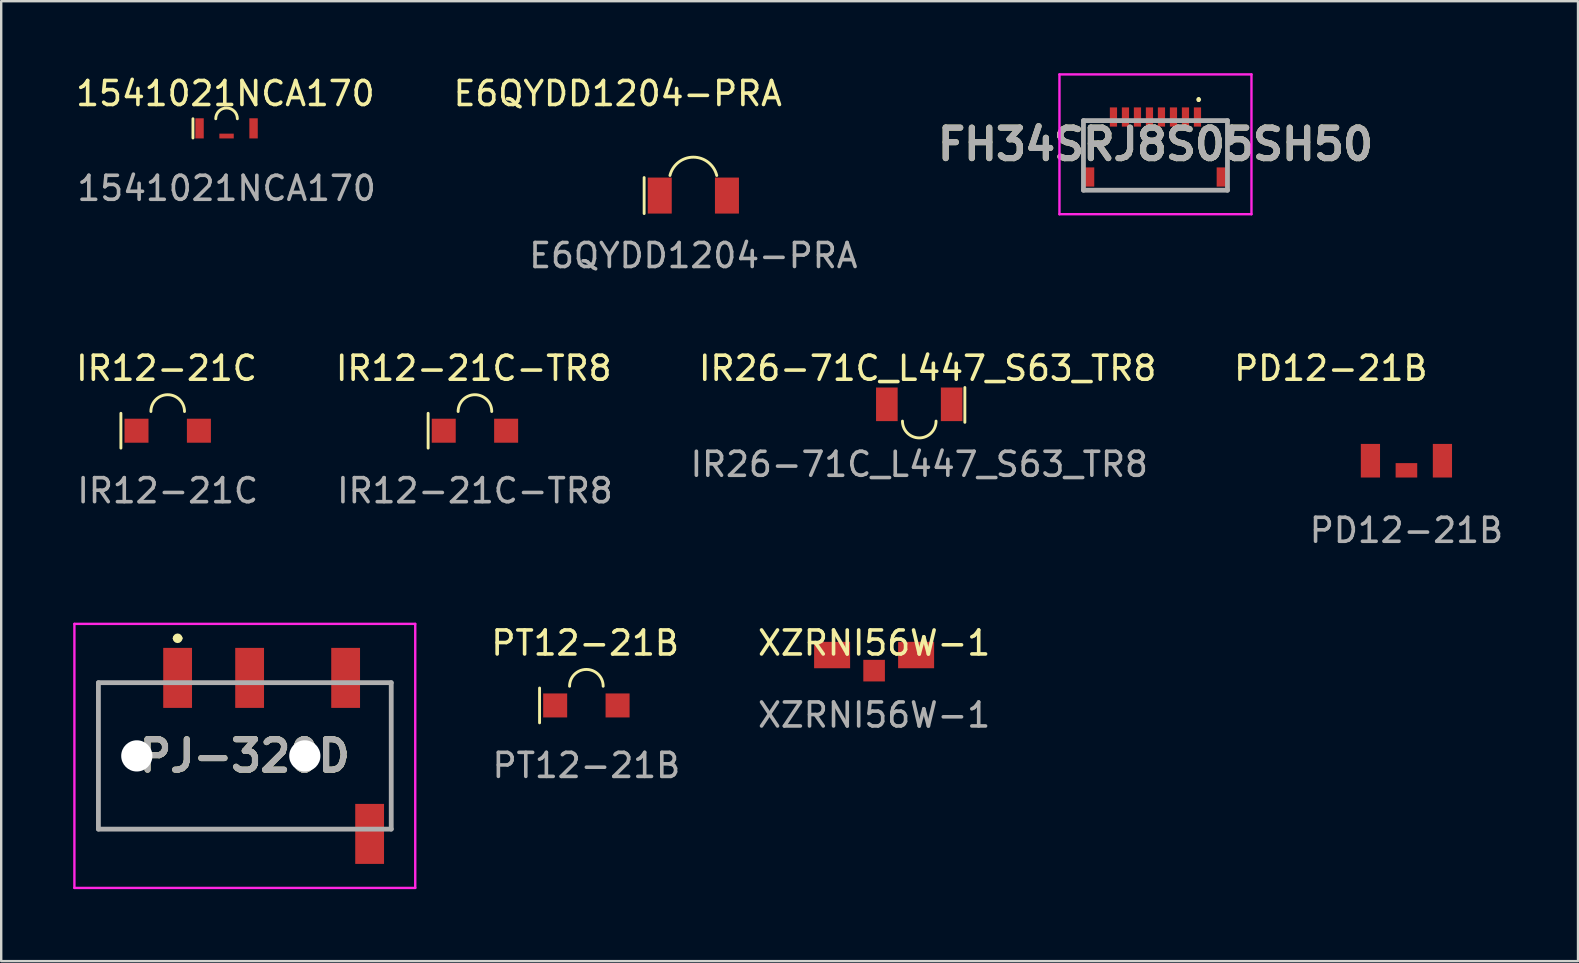
<source format=kicad_pcb>
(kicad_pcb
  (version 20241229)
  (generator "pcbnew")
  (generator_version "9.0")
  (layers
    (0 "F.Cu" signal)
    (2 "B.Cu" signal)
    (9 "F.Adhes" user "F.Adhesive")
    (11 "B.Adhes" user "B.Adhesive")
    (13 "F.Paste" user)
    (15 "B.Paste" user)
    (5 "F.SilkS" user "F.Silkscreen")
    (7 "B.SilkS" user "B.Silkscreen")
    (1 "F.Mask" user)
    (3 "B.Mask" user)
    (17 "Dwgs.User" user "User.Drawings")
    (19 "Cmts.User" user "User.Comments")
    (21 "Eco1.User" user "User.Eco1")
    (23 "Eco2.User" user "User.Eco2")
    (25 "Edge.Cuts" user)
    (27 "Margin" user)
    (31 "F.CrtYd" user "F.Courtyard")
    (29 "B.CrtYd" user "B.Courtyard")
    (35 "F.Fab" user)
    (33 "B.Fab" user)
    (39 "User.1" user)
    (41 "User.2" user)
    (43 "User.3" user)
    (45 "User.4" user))
  (footprint "FH34SRJ8S05SH50"
    (layer "F.Cu")
    (at 45.09 3.35)
    (property "Reference" "FH34SRJ8S05SH50" (at 0 -0.387 0) (layer "F.SilkS") (effects (font (size 1.27 1.27) (thickness 0.254))))
    (attr smd)
    (fp_line (start -3 -1.375) (end -2.5 -1.375) (stroke (width 0.1) (type solid)) (layer "F.SilkS"))
    (fp_line (start -3 0) (end -3 -1.375) (stroke (width 0.1) (type solid)) (layer "F.SilkS"))
    (fp_line (start -2 1.525) (end 2 1.525) (stroke (width 0.1) (type solid)) (layer "F.SilkS"))
    (fp_line (start 1.8 -2.3) (end 1.8 -2.3) (stroke (width 0.1) (type solid)) (layer "F.SilkS"))
    (fp_line (start 1.8 -2.2) (end 1.8 -2.2) (stroke (width 0.1) (type solid)) (layer "F.SilkS"))
    (fp_line (start 2.5 -1.375) (end 3 -1.375) (stroke (width 0.1) (type solid)) (layer "F.SilkS"))
    (fp_line (start 3 -1.375) (end 3 0) (stroke (width 0.1) (type solid)) (layer "F.SilkS"))
    (fp_arc (start 1.8 -2.3) (mid 1.85 -2.25) (end 1.8 -2.2) (stroke (width 0.1) (type solid)) (layer "F.SilkS"))
    (fp_arc (start 1.8 -2.2) (mid 1.75 -2.25) (end 1.8 -2.3) (stroke (width 0.1) (type solid)) (layer "F.SilkS"))
    (fp_line (start -4 -3.3) (end 4 -3.3) (stroke (width 0.1) (type solid)) (layer "F.CrtYd"))
    (fp_line (start -4 2.525) (end -4 -3.3) (stroke (width 0.1) (type solid)) (layer "F.CrtYd"))
    (fp_line (start 4 -3.3) (end 4 2.525) (stroke (width 0.1) (type solid)) (layer "F.CrtYd"))
    (fp_line (start 4 2.525) (end -4 2.525) (stroke (width 0.1) (type solid)) (layer "F.CrtYd"))
    (fp_line (start -3 -1.375) (end 3 -1.375) (stroke (width 0.2) (type solid)) (layer "F.Fab"))
    (fp_line (start -3 1.525) (end -3 -1.375) (stroke (width 0.2) (type solid)) (layer "F.Fab"))
    (fp_line (start 3 -1.375) (end 3 1.525) (stroke (width 0.2) (type solid)) (layer "F.Fab"))
    (fp_line (start 3 1.525) (end -3 1.525) (stroke (width 0.2) (type solid)) (layer "F.Fab"))
    (fp_text user "${REFERENCE}" (at 0 -0.387 0) (layer "F.Fab") (effects (font (size 1.27 1.27) (thickness 0.254))))
    (pad "1" smd rect (at 1.75 -1.525) (size 0.3 0.8) (layers "F.Cu" "F.Mask" "F.Paste"))
    (pad "2" smd rect (at 1.25 -1.525) (size 0.3 0.8) (layers "F.Cu" "F.Mask" "F.Paste"))
    (pad "3" smd rect (at 0.75 -1.525) (size 0.3 0.8) (layers "F.Cu" "F.Mask" "F.Paste"))
    (pad "4" smd rect (at 0.25 -1.525) (size 0.3 0.8) (layers "F.Cu" "F.Mask" "F.Paste"))
    (pad "5" smd rect (at -0.25 -1.525) (size 0.3 0.8) (layers "F.Cu" "F.Mask" "F.Paste"))
    (pad "6" smd rect (at -0.75 -1.525) (size 0.3 0.8) (layers "F.Cu" "F.Mask" "F.Paste"))
    (pad "7" smd rect (at -1.25 -1.525) (size 0.3 0.8) (layers "F.Cu" "F.Mask" "F.Paste"))
    (pad "8" smd rect (at -1.75 -1.525) (size 0.3 0.8) (layers "F.Cu" "F.Mask" "F.Paste"))
    (pad "MP1" smd rect (at -2.75 0.975) (size 0.4 0.8) (layers "F.Cu" "F.Mask" "F.Paste"))
    (pad "MP2" smd rect (at 2.75 0.975) (size 0.4 0.8) (layers "F.Cu" "F.Mask" "F.Paste")))
  (footprint "PJ-320D"
    (layer "F.Cu")
    (at 7.15 28.443)
    (property "Reference" "PJ-320D" (at 0 0 0) (layer "F.SilkS") (effects (font (size 1.27 1.27) (thickness 0.254))))
    (attr through_hole)
    (fp_line (start -6.1 -3) (end -6.1 3) (stroke (width 0.1) (type solid)) (layer "F.SilkS"))
    (fp_line (start -6.1 3) (end -6.1 3.05) (stroke (width 0.1) (type solid)) (layer "F.SilkS"))
    (fp_line (start -6.1 3.05) (end 3.9 3.05) (stroke (width 0.1) (type solid)) (layer "F.SilkS"))
    (fp_line (start -4.1 -3.05) (end -6.1 -3) (stroke (width 0.1) (type solid)) (layer "F.SilkS"))
    (fp_line (start -2.9 -4.9) (end -2.9 -4.9) (stroke (width 0.2) (type solid)) (layer "F.SilkS"))
    (fp_line (start -2.7 -4.9) (end -2.7 -4.9) (stroke (width 0.2) (type solid)) (layer "F.SilkS"))
    (fp_line (start 5.9 -3.05) (end 6.1 -3.05) (stroke (width 0.1) (type solid)) (layer "F.SilkS"))
    (fp_line (start 6.1 -3.05) (end 6.1 3) (stroke (width 0.1) (type solid)) (layer "F.SilkS"))
    (fp_arc (start -2.9 -4.9) (mid -2.8 -5) (end -2.7 -4.9) (stroke (width 0.2) (type solid)) (layer "F.SilkS"))
    (fp_arc (start -2.7 -4.9) (mid -2.8 -4.8) (end -2.9 -4.9) (stroke (width 0.2) (type solid)) (layer "F.SilkS"))
    (fp_line (start -7.1 -5.5) (end 7.1 -5.5) (stroke (width 0.1) (type solid)) (layer "F.CrtYd"))
    (fp_line (start -7.1 5.5) (end -7.1 -5.5) (stroke (width 0.1) (type solid)) (layer "F.CrtYd"))
    (fp_line (start 7.1 -5.5) (end 7.1 5.5) (stroke (width 0.1) (type solid)) (layer "F.CrtYd"))
    (fp_line (start 7.1 5.5) (end -7.1 5.5) (stroke (width 0.1) (type solid)) (layer "F.CrtYd"))
    (fp_line (start -6.1 -3.05) (end 6.1 -3.05) (stroke (width 0.2) (type solid)) (layer "F.Fab"))
    (fp_line (start -6.1 3.05) (end -6.1 -3.05) (stroke (width 0.2) (type solid)) (layer "F.Fab"))
    (fp_line (start 6.1 -3.05) (end 6.1 3.05) (stroke (width 0.2) (type solid)) (layer "F.Fab"))
    (fp_line (start 6.1 3.05) (end -6.1 3.05) (stroke (width 0.2) (type solid)) (layer "F.Fab"))
    (fp_text user "${REFERENCE}" (at 0 0 0) (layer "F.Fab") (effects (font (size 1.27 1.27) (thickness 0.254))))
    (pad "" np_thru_hole circle (at -4.5 0) (size 1.3 1.3) (drill 1.3) (layers "*.Cu" "*.Mask"))
    (pad "" np_thru_hole circle (at 2.5 0) (size 1.3 1.3) (drill 1.3) (layers "*.Cu" "*.Mask"))
    (pad "2" smd rect (at -2.8 -3.25) (size 1.2 2.5) (layers "F.Cu" "F.Mask" "F.Paste"))
    (pad "3" smd rect (at 0.2 -3.25) (size 1.2 2.5) (layers "F.Cu" "F.Mask" "F.Paste"))
    (pad "4" smd rect (at 4.2 -3.25) (size 1.2 2.5) (layers "F.Cu" "F.Mask" "F.Paste"))
    (pad "5" smd rect (at 5.2 3.25) (size 1.2 2.5) (layers "F.Cu" "F.Mask" "F.Paste")))
  (footprint "XZRNI56W-1"
    (layer "F.Cu")
    (at 33.368 24.241)
    (property "Reference" "XZRNI56W-1" (at 0 -0.5 0) (unlocked yes) (layer "F.SilkS") (effects (font (size 1 1) (thickness 0.15))))
    (attr smd)
    (fp_text user "${REFERENCE}" (at 0 2.5 0) (unlocked yes) (layer "F.Fab") (effects (font (size 1 1) (thickness 0.15))))
    (pad "" smd rect (at 0 0.65) (size 0.9 0.9) (layers "F.Cu" "F.Mask" "F.Paste"))
    (pad "1" smd rect (at -1.75 0) (size 1.5 1.1) (layers "F.Cu" "F.Mask" "F.Paste"))
    (pad "2" smd rect (at 1.75 0) (size 1.5 1.1) (layers "F.Cu" "F.Mask" "F.Paste")))
  (footprint "IR12-21C-TR8"
    (layer "F.Cu")
    (at 16.737 14.895)
    (property "Reference" "IR12-21C-TR8" (at -0.05 -2.6 0) (unlocked yes) (layer "F.SilkS") (effects (font (size 1 1) (thickness 0.15))))
    (attr smd)
    (fp_line (start -1.95 -0.725) (end -1.95 0.725) (stroke (width 0.12) (type solid)) (layer "F.SilkS"))
    (fp_arc (start -0.7 -0.8) (mid 0 -1.5) (end 0.7 -0.8) (stroke (width 0.12) (type solid)) (layer "F.SilkS"))
    (fp_text user "${REFERENCE}" (at 0 2.5 0) (unlocked yes) (layer "F.Fab") (effects (font (size 1 1) (thickness 0.15))))
    (pad "1" smd rect (at 1.3 0) (size 1 1) (layers "F.Cu" "F.Mask" "F.Paste"))
    (pad "2" smd rect (at -1.3 0) (size 1 1) (layers "F.Cu" "F.Mask" "F.Paste")))
  (footprint "PT12-21B"
    (layer "F.Cu")
    (at 21.38 26.341)
    (property "Reference" "PT12-21B" (at -0.05 -2.6 0) (unlocked yes) (layer "F.SilkS") (effects (font (size 1 1) (thickness 0.15))))
    (attr smd)
    (fp_line (start -1.95 -0.725) (end -1.95 0.725) (stroke (width 0.12) (type solid)) (layer "F.SilkS"))
    (fp_arc (start -0.7 -0.8) (mid 0 -1.5) (end 0.7 -0.8) (stroke (width 0.12) (type solid)) (layer "F.SilkS"))
    (fp_text user "${REFERENCE}" (at 0 2.5 0) (unlocked yes) (layer "F.Fab") (effects (font (size 1 1) (thickness 0.15))))
    (pad "1" smd rect (at -1.3 0) (size 1 1) (layers "F.Cu" "F.Mask" "F.Paste"))
    (pad "2" smd rect (at 1.3 0) (size 1 1) (layers "F.Cu" "F.Mask" "F.Paste")))
  (footprint "PD12-21B"
    (layer "F.Cu")
    (at 55.546 16.545)
    (property "Reference" "PD12-21B" (at -3.15 -4.25 0) (unlocked yes) (layer "F.SilkS") (effects (font (size 1 1) (thickness 0.15))))
    (attr smd)
    (fp_text user "${REFERENCE}" (at 0 2.5 0) (unlocked yes) (layer "F.Fab") (effects (font (size 1 1) (thickness 0.15))))
    (pad "" smd rect (at 0 0) (size 0.9 0.6) (layers "F.Cu" "F.Mask" "F.Paste"))
    (pad "1" smd rect (at -1.5 -0.4) (size 0.8 1.4) (layers "F.Cu" "F.Mask" "F.Paste"))
    (pad "2" smd rect (at 1.5 -0.4) (size 0.8 1.4) (layers "F.Cu" "F.Mask" "F.Paste")))
  (footprint "1541021NCA170"
    (layer "F.Cu")
    (at 6.389 2.298)
    (property "Reference" "1541021NCA170" (at -0.05 -1.45 0) (unlocked yes) (layer "F.SilkS") (effects (font (size 1 1) (thickness 0.15))))
    (attr smd)
    (fp_line (start -1.4 -0.4) (end -1.4 0.4) (stroke (width 0.12) (type solid)) (layer "F.SilkS"))
    (fp_arc (start -0.45 -0.4) (mid 0 -0.85) (end 0.45 -0.4) (stroke (width 0.12) (type solid)) (layer "F.SilkS"))
    (fp_text user "${REFERENCE}" (at 0 2.5 0) (unlocked yes) (layer "F.Fab") (effects (font (size 1 1) (thickness 0.15))))
    (pad "" smd rect (at 0 0.32) (size 0.6 0.2) (layers "F.Cu" "F.Mask" "F.Paste"))
    (pad "1" smd rect (at 1.125 0) (size 0.35 0.84) (layers "F.Cu" "F.Mask" "F.Paste"))
    (pad "2" smd rect (at -1.125 0) (size 0.35 0.84) (layers "F.Cu" "F.Mask" "F.Paste")))
  (footprint "IR12-21C"
    (layer "F.Cu")
    (at 3.937 14.895)
    (property "Reference" "IR12-21C" (at -0.05 -2.6 0) (unlocked yes) (layer "F.SilkS") (effects (font (size 1 1) (thickness 0.15))))
    (attr smd)
    (fp_line (start -1.95 -0.725) (end -1.95 0.725) (stroke (width 0.12) (type solid)) (layer "F.SilkS"))
    (fp_arc (start -0.7 -0.8) (mid 0 -1.5) (end 0.7 -0.8) (stroke (width 0.12) (type solid)) (layer "F.SilkS"))
    (fp_text user "${REFERENCE}" (at 0 2.5 0) (unlocked yes) (layer "F.Fab") (effects (font (size 1 1) (thickness 0.15))))
    (pad "1" smd rect (at 1.3 0) (size 1 1) (layers "F.Cu" "F.Mask" "F.Paste"))
    (pad "2" smd rect (at -1.3 0) (size 1 1) (layers "F.Cu" "F.Mask" "F.Paste")))
  (footprint "E6QYDD1204-PRA"
    (layer "F.Cu")
    (at 25.837 5.098)
    (property "Reference" "E6QYDD1204-PRA" (at -3.15 -4.25 0) (unlocked yes) (layer "F.SilkS") (effects (font (size 1 1) (thickness 0.15))))
    (attr smd)
    (fp_line (start -2.05 -0.75) (end -2.05 0.75) (stroke (width 0.12) (type solid)) (layer "F.SilkS"))
    (fp_arc (start -0.974999 -0.837101) (mid 0 -1.6) (end 0.975001 -0.837101) (stroke (width 0.12) (type solid)) (layer "F.SilkS"))
    (fp_text user "${REFERENCE}" (at 0 2.5 0) (unlocked yes) (layer "F.Fab") (effects (font (size 1 1) (thickness 0.15))))
    (pad "1" smd rect (at -1.4 0) (size 1 1.5) (layers "F.Cu" "F.Mask" "F.Paste"))
    (pad "2" smd rect (at 1.4 0) (size 1 1.5) (layers "F.Cu" "F.Mask" "F.Paste")))
  (footprint "IR26-71C_L447_S63_TR8"
    (layer "F.Cu")
    (at 35.249 13.795)
    (property "Reference" "IR26-71C_L447_S63_TR8" (at 0.35 -1.5 0) (unlocked yes) (layer "F.SilkS") (effects (font (size 1 1) (thickness 0.15))))
    (attr smd)
    (fp_line (start 1.9 -0.7) (end 1.9 0.75) (stroke (width 0.12) (type solid)) (layer "F.SilkS"))
    (fp_arc (start 0.7 0.7) (mid 0 1.4) (end -0.7 0.7) (stroke (width 0.12) (type solid)) (layer "F.SilkS"))
    (fp_text user "${REFERENCE}" (at 0 2.5 0) (unlocked yes) (layer "F.Fab") (effects (font (size 1 1) (thickness 0.15))))
    (pad "1" smd rect (at -1.35 0) (size 0.9 1.4) (layers "F.Cu" "F.Mask" "F.Paste"))
    (pad "2" smd rect (at 1.35 0) (size 0.9 1.4) (layers "F.Cu" "F.Mask" "F.Paste")))
  (gr_rect
    (start -3 -3)
    (end 62.695 36.993)
    (stroke (width 0.1) (type default))
    (fill no)
    (layer "Edge.Cuts")))
</source>
